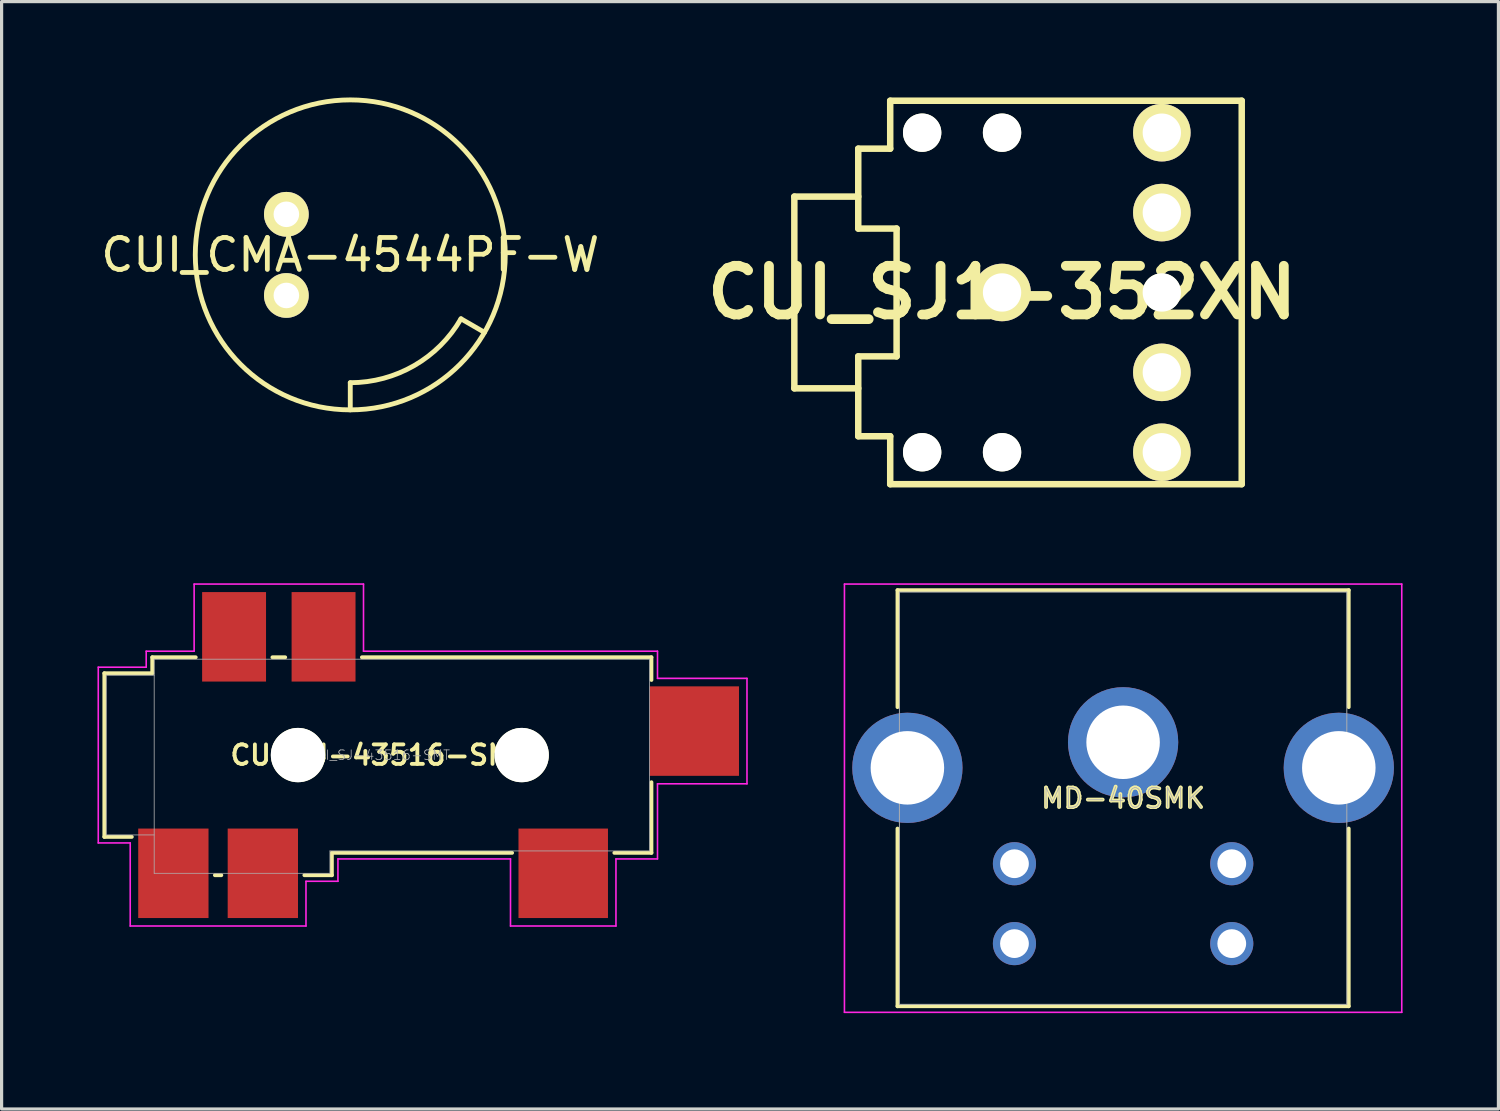
<source format=kicad_pcb>
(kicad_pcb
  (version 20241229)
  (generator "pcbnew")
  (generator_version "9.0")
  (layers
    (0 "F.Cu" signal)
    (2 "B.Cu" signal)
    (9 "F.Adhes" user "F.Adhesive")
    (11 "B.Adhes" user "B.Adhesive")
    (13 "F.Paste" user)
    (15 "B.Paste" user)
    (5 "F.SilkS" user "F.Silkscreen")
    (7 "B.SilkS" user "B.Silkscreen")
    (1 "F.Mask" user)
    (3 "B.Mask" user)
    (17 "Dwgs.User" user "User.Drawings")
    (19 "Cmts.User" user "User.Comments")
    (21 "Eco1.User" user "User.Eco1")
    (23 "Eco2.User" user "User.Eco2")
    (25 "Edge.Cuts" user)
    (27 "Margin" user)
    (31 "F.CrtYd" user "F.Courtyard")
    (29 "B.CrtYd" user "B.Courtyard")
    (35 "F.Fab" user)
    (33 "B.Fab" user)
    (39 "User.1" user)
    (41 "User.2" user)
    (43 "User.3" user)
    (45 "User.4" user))
  (footprint "CUI_SJ-43516-SMT"
    (layer "F.Cu")
    (at 8.775 20.578)
    (property "Reference" "CUI_SJ-43516-SMT" (at 0 0 0) (layer "F.SilkS") (effects (font (size 0.61 0.61) (thickness 0.12))))
    (attr through_hole)
    (fp_line (start -8.56 -2.56) (end -8.56 2.56) (stroke (width 0.12) (type solid)) (layer "F.SilkS"))
    (fp_line (start -8.56 2.56) (end -7.7 2.56) (stroke (width 0.12) (type solid)) (layer "F.SilkS"))
    (fp_line (start -7.06 -3.06) (end -7.06 -2.56) (stroke (width 0.12) (type solid)) (layer "F.SilkS"))
    (fp_line (start -7.06 -3.06) (end -5.7 -3.06) (stroke (width 0.12) (type solid)) (layer "F.SilkS"))
    (fp_line (start -7.06 -2.56) (end -8.56 -2.56) (stroke (width 0.12) (type solid)) (layer "F.SilkS"))
    (fp_line (start -4.9 3.76) (end -5.1 3.76) (stroke (width 0.12) (type solid)) (layer "F.SilkS"))
    (fp_line (start -3.3 -3.06) (end -2.9 -3.06) (stroke (width 0.12) (type solid)) (layer "F.SilkS"))
    (fp_line (start -1.44 3.06) (end -1.44 3.76) (stroke (width 0.12) (type solid)) (layer "F.SilkS"))
    (fp_line (start -1.44 3.76) (end -2.3 3.76) (stroke (width 0.12) (type solid)) (layer "F.SilkS"))
    (fp_line (start -0.5 -3.06) (end 8.56 -3.06) (stroke (width 0.12) (type solid)) (layer "F.SilkS"))
    (fp_line (start 4.2 3.06) (end -1.44 3.06) (stroke (width 0.12) (type solid)) (layer "F.SilkS"))
    (fp_line (start 8.56 -3.06) (end 8.56 -2.35) (stroke (width 0.12) (type solid)) (layer "F.SilkS"))
    (fp_line (start 8.56 0.85) (end 8.56 3.06) (stroke (width 0.12) (type solid)) (layer "F.SilkS"))
    (fp_line (start 8.56 3.06) (end 7.4 3.06) (stroke (width 0.12) (type solid)) (layer "F.SilkS"))
    (fp_line (start -8.75 -2.75) (end -8.75 2.75) (stroke (width 0.05) (type solid)) (layer "F.CrtYd"))
    (fp_line (start -8.75 2.75) (end -7.75 2.75) (stroke (width 0.05) (type solid)) (layer "F.CrtYd"))
    (fp_line (start -7.75 2.75) (end -7.75 5.35) (stroke (width 0.05) (type solid)) (layer "F.CrtYd"))
    (fp_line (start -7.75 5.35) (end -2.25 5.35) (stroke (width 0.05) (type solid)) (layer "F.CrtYd"))
    (fp_line (start -7.25 -3.25) (end -7.25 -2.75) (stroke (width 0.05) (type solid)) (layer "F.CrtYd"))
    (fp_line (start -7.25 -2.75) (end -8.75 -2.75) (stroke (width 0.05) (type solid)) (layer "F.CrtYd"))
    (fp_line (start -5.75 -5.35) (end -5.75 -3.25) (stroke (width 0.05) (type solid)) (layer "F.CrtYd"))
    (fp_line (start -5.75 -3.25) (end -7.25 -3.25) (stroke (width 0.05) (type solid)) (layer "F.CrtYd"))
    (fp_line (start -2.25 3.95) (end -1.25 3.95) (stroke (width 0.05) (type solid)) (layer "F.CrtYd"))
    (fp_line (start -2.25 5.35) (end -2.25 3.95) (stroke (width 0.05) (type solid)) (layer "F.CrtYd"))
    (fp_line (start -1.25 3.25) (end 4.15 3.25) (stroke (width 0.05) (type solid)) (layer "F.CrtYd"))
    (fp_line (start -1.25 3.95) (end -1.25 3.25) (stroke (width 0.05) (type solid)) (layer "F.CrtYd"))
    (fp_line (start -0.45 -5.35) (end -5.75 -5.35) (stroke (width 0.05) (type solid)) (layer "F.CrtYd"))
    (fp_line (start -0.45 -3.25) (end -0.45 -5.35) (stroke (width 0.05) (type solid)) (layer "F.CrtYd"))
    (fp_line (start 4.15 3.25) (end 4.15 5.35) (stroke (width 0.05) (type solid)) (layer "F.CrtYd"))
    (fp_line (start 4.15 5.35) (end 7.45 5.35) (stroke (width 0.05) (type solid)) (layer "F.CrtYd"))
    (fp_line (start 7.45 3.25) (end 8.75 3.25) (stroke (width 0.05) (type solid)) (layer "F.CrtYd"))
    (fp_line (start 7.45 5.35) (end 7.45 3.25) (stroke (width 0.05) (type solid)) (layer "F.CrtYd"))
    (fp_line (start 8.75 -3.25) (end -0.45 -3.25) (stroke (width 0.05) (type solid)) (layer "F.CrtYd"))
    (fp_line (start 8.75 -2.4) (end 8.75 -3.25) (stroke (width 0.05) (type solid)) (layer "F.CrtYd"))
    (fp_line (start 8.75 0.9) (end 11.55 0.9) (stroke (width 0.05) (type solid)) (layer "F.CrtYd"))
    (fp_line (start 8.75 3.25) (end 8.75 0.9) (stroke (width 0.05) (type solid)) (layer "F.CrtYd"))
    (fp_line (start 11.55 -2.4) (end 8.75 -2.4) (stroke (width 0.05) (type solid)) (layer "F.CrtYd"))
    (fp_line (start 11.55 0.9) (end 11.55 -2.4) (stroke (width 0.05) (type solid)) (layer "F.CrtYd"))
    (fp_line (start -8.5 -2.5) (end -8.5 2.5) (stroke (width 0.025) (type solid)) (layer "F.Fab"))
    (fp_line (start -8.5 2.5) (end -7 2.5) (stroke (width 0.025) (type solid)) (layer "F.Fab"))
    (fp_line (start -7 -3) (end -7 3.7) (stroke (width 0.025) (type solid)) (layer "F.Fab"))
    (fp_line (start -7 -3) (end 8.5 -3) (stroke (width 0.025) (type solid)) (layer "F.Fab"))
    (fp_line (start -7 -2.5) (end -8.5 -2.5) (stroke (width 0.025) (type solid)) (layer "F.Fab"))
    (fp_line (start -1.5 3) (end -1.5 3.7) (stroke (width 0.025) (type solid)) (layer "F.Fab"))
    (fp_line (start -1.5 3.7) (end -7 3.7) (stroke (width 0.025) (type solid)) (layer "F.Fab"))
    (fp_line (start 8.5 -3) (end 8.5 3) (stroke (width 0.025) (type solid)) (layer "F.Fab"))
    (fp_line (start 8.5 3) (end -1.5 3) (stroke (width 0.025) (type solid)) (layer "F.Fab"))
    (fp_text user "${REFERENCE}" (at 0 0 0) (layer "F.Fab") (effects (font (size 0.3 0.3) (thickness 0.025))))
    (pad "" np_thru_hole circle (at -2.5 0) (size 1.7 1.7) (drill 1.7) (layers "*.Cu" "*.Mask" "F.SilkS"))
    (pad "" np_thru_hole circle (at 4.5 0) (size 1.7 1.7) (drill 1.7) (layers "*.Cu" "*.Mask" "F.SilkS"))
    (pad "1" smd rect (at -6.4 3.7) (size 2.2 2.8) (layers "F.Cu" "F.Mask" "F.Paste"))
    (pad "2" smd rect (at 5.8 3.7) (size 2.8 2.8) (layers "F.Cu" "F.Mask" "F.Paste"))
    (pad "3" smd rect (at -1.7 -3.7) (size 2 2.8) (layers "F.Cu" "F.Mask" "F.Paste"))
    (pad "4" smd rect (at -3.6 3.7) (size 2.2 2.8) (layers "F.Cu" "F.Mask" "F.Paste"))
    (pad "5" smd rect (at 9.9 -0.75) (size 2.8 2.8) (layers "F.Cu" "F.Mask" "F.Paste"))
    (pad "6" smd rect (at -4.5 -3.7) (size 2 2.8) (layers "F.Cu" "F.Mask" "F.Paste")))
  (footprint "CUI_SJ1-352XN"
    (layer "F.Cu")
    (at 28.307 6.102)
    (property "Reference" "CUI_SJ1-352XN" (at 0 0 0) (layer "F.SilkS") (effects (font (size 1.524 1.524) (thickness 0.305))))
    (attr through_hole)
    (fp_line (start -6.5 -3) (end -6.5 3) (stroke (width 0.203) (type solid)) (layer "F.SilkS"))
    (fp_line (start -6.5 -3) (end -4.5 -3) (stroke (width 0.203) (type solid)) (layer "F.SilkS"))
    (fp_line (start -6.5 3) (end -4.5 3) (stroke (width 0.203) (type solid)) (layer "F.SilkS"))
    (fp_line (start -4.5 -2) (end -4.5 -4.5) (stroke (width 0.203) (type solid)) (layer "F.SilkS"))
    (fp_line (start -4.5 -2) (end -3.3 -2) (stroke (width 0.203) (type solid)) (layer "F.SilkS"))
    (fp_line (start -4.5 2) (end -4.5 4.5) (stroke (width 0.203) (type solid)) (layer "F.SilkS"))
    (fp_line (start -4.5 2) (end -3.3 2) (stroke (width 0.203) (type solid)) (layer "F.SilkS"))
    (fp_line (start -3.5 -6) (end -3.5 -4.5) (stroke (width 0.203) (type solid)) (layer "F.SilkS"))
    (fp_line (start -3.5 -4.5) (end -4.5 -4.5) (stroke (width 0.203) (type solid)) (layer "F.SilkS"))
    (fp_line (start -3.5 4.5) (end -4.5 4.5) (stroke (width 0.203) (type solid)) (layer "F.SilkS"))
    (fp_line (start -3.5 6) (end -3.5 4.5) (stroke (width 0.203) (type solid)) (layer "F.SilkS"))
    (fp_line (start -3.5 6) (end 7.5 6) (stroke (width 0.203) (type solid)) (layer "F.SilkS"))
    (fp_line (start -3.3 -2) (end -3.3 2) (stroke (width 0.203) (type solid)) (layer "F.SilkS"))
    (fp_line (start 7.5 -6) (end -3.5 -6) (stroke (width 0.203) (type solid)) (layer "F.SilkS"))
    (fp_line (start 7.5 6) (end 7.5 -6) (stroke (width 0.203) (type solid)) (layer "F.SilkS"))
    (pad "" np_thru_hole circle (at -2.5 -5) (size 1.2 1.2) (drill 1.2) (layers "*.Cu" "*.Mask" "F.SilkS"))
    (pad "" np_thru_hole circle (at -2.5 5) (size 1.2 1.2) (drill 1.2) (layers "*.Cu" "*.Mask" "F.SilkS"))
    (pad "" np_thru_hole circle (at 0 -5) (size 1.2 1.2) (drill 1.2) (layers "*.Cu" "*.Mask" "F.SilkS"))
    (pad "" np_thru_hole circle (at 0 5) (size 1.2 1.2) (drill 1.2) (layers "*.Cu" "*.Mask" "F.SilkS"))
    (pad "" np_thru_hole circle (at 5 0) (size 1.2 1.2) (drill 1.2) (layers "*.Cu" "*.Mask" "F.SilkS"))
    (pad "1" thru_hole circle (at 0 0) (size 1.8 1.8) (drill 1.2) (layers "*.Cu" "*.Mask" "F.SilkS"))
    (pad "2" thru_hole circle (at 5 5) (size 1.8 1.8) (drill 1.2) (layers "*.Cu" "*.Mask" "F.SilkS"))
    (pad "3" thru_hole circle (at 5 -5) (size 1.8 1.8) (drill 1.2) (layers "*.Cu" "*.Mask" "F.SilkS"))
    (pad "4" thru_hole circle (at 5 2.5) (size 1.8 1.8) (drill 1.2) (layers "*.Cu" "*.Mask" "F.SilkS"))
    (pad "5" thru_hole circle (at 5 -2.5) (size 1.8 1.8) (drill 1.2) (layers "*.Cu" "*.Mask" "F.SilkS")))
  (footprint "MD-40SMK"
    (layer "F.Cu")
    (at 32.095 21.928)
    (property "Reference" "MD-40SMK" (at 0 0 0) (layer "F.SilkS") (effects (font (size 0.61 0.61) (thickness 0.12))))
    (attr smd)
    (fp_line (start -7.06 -6.51) (end -7.06 -2.85) (stroke (width 0.12) (type solid)) (layer "F.SilkS"))
    (fp_line (start -7.06 0.95) (end -7.06 6.51) (stroke (width 0.12) (type solid)) (layer "F.SilkS"))
    (fp_line (start -7.06 6.51) (end 7.06 6.51) (stroke (width 0.12) (type solid)) (layer "F.SilkS"))
    (fp_line (start 7.06 -6.51) (end -7.06 -6.51) (stroke (width 0.12) (type solid)) (layer "F.SilkS"))
    (fp_line (start 7.06 -2.85) (end 7.06 -6.51) (stroke (width 0.12) (type solid)) (layer "F.SilkS"))
    (fp_line (start 7.06 6.51) (end 7.06 0.95) (stroke (width 0.12) (type solid)) (layer "F.SilkS"))
    (fp_line (start -8.72 -6.7) (end 8.72 -6.7) (stroke (width 0.05) (type solid)) (layer "F.CrtYd"))
    (fp_line (start -8.72 6.7) (end -8.72 -6.7) (stroke (width 0.05) (type solid)) (layer "F.CrtYd"))
    (fp_line (start 8.72 -6.7) (end 8.72 6.7) (stroke (width 0.05) (type solid)) (layer "F.CrtYd"))
    (fp_line (start 8.72 6.7) (end -8.72 6.7) (stroke (width 0.05) (type solid)) (layer "F.CrtYd"))
    (fp_line (start -7 -6.45) (end 7 -6.45) (stroke (width 0.03) (type solid)) (layer "F.Fab"))
    (fp_line (start -7 6.45) (end -7 -6.45) (stroke (width 0.03) (type solid)) (layer "F.Fab"))
    (fp_line (start 7 -6.45) (end 7 6.45) (stroke (width 0.03) (type solid)) (layer "F.Fab"))
    (fp_line (start 7 6.45) (end -7 6.45) (stroke (width 0.03) (type solid)) (layer "F.Fab"))
    (fp_text user "${REFERENCE}" (at 0 0 0) (layer "F.Fab") (effects (font (size 0.61 0.61) (thickness 0.025))))
    (pad "1" thru_hole circle (at -3.4 2.05) (size 1.35 1.35) (drill 0.9) (layers "*.Cu" "*.Mask"))
    (pad "2" thru_hole circle (at 3.4 2.05) (size 1.35 1.35) (drill 0.9) (layers "*.Cu" "*.Mask"))
    (pad "3" thru_hole circle (at -3.4 4.55) (size 1.35 1.35) (drill 0.9) (layers "*.Cu" "*.Mask"))
    (pad "4" thru_hole circle (at 3.4 4.55) (size 1.35 1.35) (drill 0.9) (layers "*.Cu" "*.Mask"))
    (pad "SH" thru_hole circle (at -6.75 -0.95) (size 3.45 3.45) (drill 2.3) (layers "*.Cu" "*.Mask"))
    (pad "SH" thru_hole circle (at 0 -1.75) (size 3.45 3.45) (drill 2.3) (layers "*.Cu" "*.Mask"))
    (pad "SH" thru_hole circle (at 6.75 -0.95) (size 3.45 3.45) (drill 2.3) (layers "*.Cu" "*.Mask")))
  (footprint "CUI_CMA-4544PF-W"
    (layer "F.Cu")
    (at 7.911 4.926)
    (property "Reference" "CUI_CMA-4544PF-W" (at 0 0 0) (layer "F.SilkS") (effects (font (size 1 1) (thickness 0.15))))
    (attr through_hole)
    (fp_line (start 0 4) (end 0 4.85) (stroke (width 0.152) (type solid)) (layer "F.SilkS"))
    (fp_line (start 3.464 2) (end 4.2 2.425) (stroke (width 0.152) (type solid)) (layer "F.SilkS"))
    (fp_arc (start 3.464102 2) (mid 2 3.464102) (end 0 4) (stroke (width 0.1524) (type solid)) (layer "F.SilkS"))
    (fp_circle (center 0 0) (end 4.85 0) (stroke (width 0.152) (type solid)) (fill no) (layer "F.SilkS"))
    (pad "1" thru_hole circle (at -2 -1.27) (size 1.4 1.4) (drill 0.8) (layers "*.Cu" "*.Mask" "F.SilkS"))
    (pad "2" thru_hole circle (at -2 1.27) (size 1.4 1.4) (drill 0.8) (layers "*.Cu" "*.Mask" "F.SilkS")))
  (gr_rect
    (start -3 -3)
    (end 43.84 31.653)
    (stroke (width 0.1) (type default))
    (fill no)
    (layer "Edge.Cuts")))
</source>
